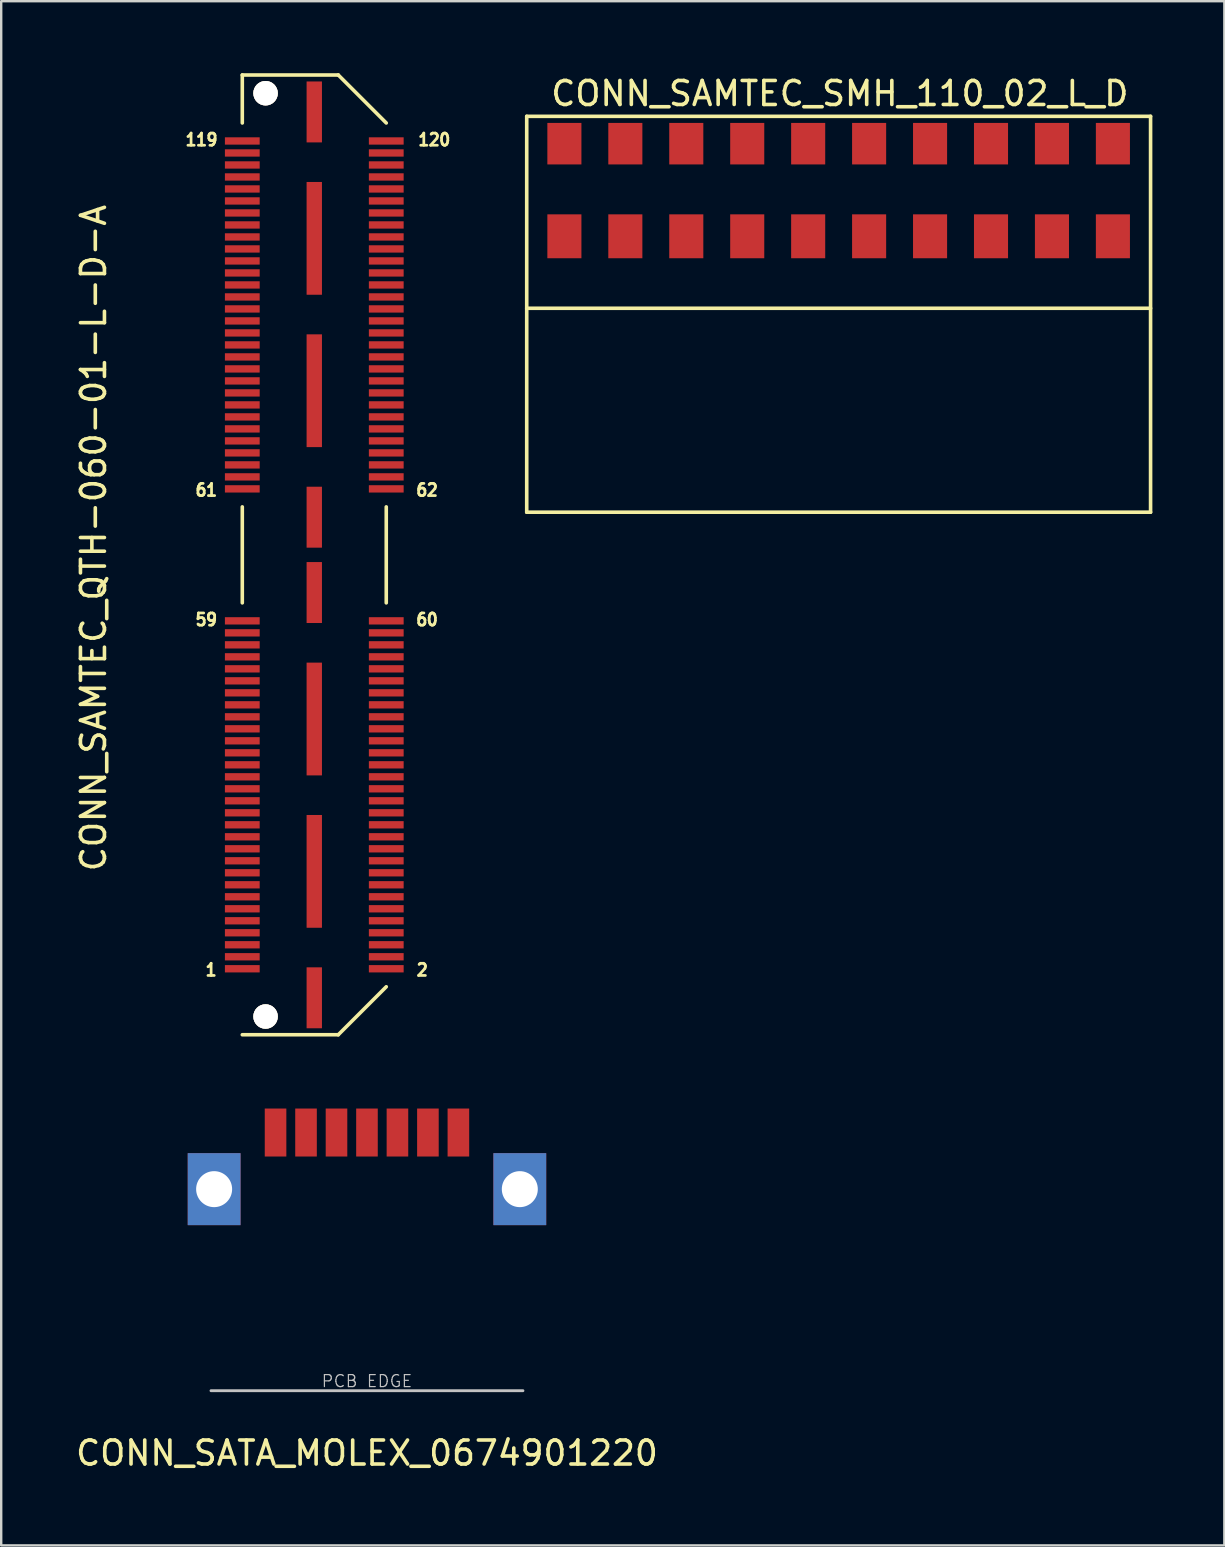
<source format=kicad_pcb>
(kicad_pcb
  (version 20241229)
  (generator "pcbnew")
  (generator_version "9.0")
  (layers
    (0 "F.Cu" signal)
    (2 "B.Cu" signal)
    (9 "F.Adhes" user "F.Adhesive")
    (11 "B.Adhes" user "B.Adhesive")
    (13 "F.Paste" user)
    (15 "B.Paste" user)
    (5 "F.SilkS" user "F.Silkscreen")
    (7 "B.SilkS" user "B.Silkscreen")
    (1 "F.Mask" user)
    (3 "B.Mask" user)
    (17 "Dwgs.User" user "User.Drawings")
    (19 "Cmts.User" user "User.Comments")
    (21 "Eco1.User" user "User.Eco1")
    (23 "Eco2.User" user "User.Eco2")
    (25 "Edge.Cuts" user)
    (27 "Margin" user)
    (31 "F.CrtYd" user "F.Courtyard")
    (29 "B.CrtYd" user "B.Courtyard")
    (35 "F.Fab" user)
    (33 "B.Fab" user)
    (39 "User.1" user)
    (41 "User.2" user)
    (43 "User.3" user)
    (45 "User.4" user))
  (footprint "CONN_SAMTEC_QTH-060-01-L-D-A"
    (layer "F.Cu")
    (at 10.048 20.075)
    (property "Reference" "CONN_SAMTEC_QTH-060-01-L-D-A" (at -9.2 -0.7 270) (layer "F.SilkS") (effects (font (size 1 1) (thickness 0.15))))
    (attr through_hole)
    (fp_line (start -3 -18) (end -3 -20) (stroke (width 0.15) (type solid)) (layer "F.SilkS"))
    (fp_line (start -3 -2) (end -3 2) (stroke (width 0.15) (type solid)) (layer "F.SilkS"))
    (fp_line (start 1 -20) (end -3 -20) (stroke (width 0.15) (type solid)) (layer "F.SilkS"))
    (fp_line (start 1 -20) (end 3 -18) (stroke (width 0.15) (type solid)) (layer "F.SilkS"))
    (fp_line (start 1 20) (end -3 20) (stroke (width 0.15) (type solid)) (layer "F.SilkS"))
    (fp_line (start 3 -2) (end 3 2) (stroke (width 0.15) (type solid)) (layer "F.SilkS"))
    (fp_line (start 3 18) (end 1 20) (stroke (width 0.15) (type solid)) (layer "F.SilkS"))
    (fp_text user "120" (at 5 -17.3 0) (layer "F.SilkS") (effects (font (size 0.508 0.457) (thickness 0.114))))
    (fp_text user "1" (at -4.3 17.3 0) (layer "F.SilkS") (effects (font (size 0.508 0.457) (thickness 0.114))))
    (fp_text user "119" (at -4.7 -17.3 0) (layer "F.SilkS") (effects (font (size 0.508 0.457) (thickness 0.114))))
    (fp_text user "61" (at -4.5 -2.7 0) (layer "F.SilkS") (effects (font (size 0.508 0.457) (thickness 0.114))))
    (fp_text user "60" (at 4.7 2.7 0) (layer "F.SilkS") (effects (font (size 0.508 0.457) (thickness 0.114))))
    (fp_text user "59" (at -4.5 2.7 0) (layer "F.SilkS") (effects (font (size 0.508 0.457) (thickness 0.114))))
    (fp_text user "2" (at 4.5 17.3 0) (layer "F.SilkS") (effects (font (size 0.508 0.457) (thickness 0.114))))
    (fp_text user "62" (at 4.7 -2.7 0) (layer "F.SilkS") (effects (font (size 0.508 0.457) (thickness 0.114))))
    (pad "" thru_hole circle (at -2.03 -19.24) (size 1.02 1.02) (drill 1.02) (layers "*.Cu" "*.Mask" "F.SilkS"))
    (pad "" thru_hole circle (at -2.03 19.24) (size 1.02 1.02) (drill 1.02) (layers "*.Cu" "*.Mask" "F.SilkS"))
    (pad "1" smd rect (at -3 17.25) (size 1.45 0.305) (layers "F.Cu" "F.Mask" "F.Paste"))
    (pad "2" smd rect (at 3 17.25) (size 1.45 0.305) (layers "F.Cu" "F.Mask" "F.Paste"))
    (pad "3" smd rect (at -3 16.75) (size 1.45 0.305) (layers "F.Cu" "F.Mask" "F.Paste"))
    (pad "4" smd rect (at 3 16.75) (size 1.45 0.305) (layers "F.Cu" "F.Mask" "F.Paste"))
    (pad "5" smd rect (at -3 16.25) (size 1.45 0.305) (layers "F.Cu" "F.Mask" "F.Paste"))
    (pad "6" smd rect (at 3 16.25) (size 1.45 0.305) (layers "F.Cu" "F.Mask" "F.Paste"))
    (pad "7" smd rect (at -3 15.75) (size 1.45 0.305) (layers "F.Cu" "F.Mask" "F.Paste"))
    (pad "8" smd rect (at 3 15.75) (size 1.45 0.305) (layers "F.Cu" "F.Mask" "F.Paste"))
    (pad "9" smd rect (at -3 15.25) (size 1.45 0.305) (layers "F.Cu" "F.Mask" "F.Paste"))
    (pad "10" smd rect (at 3 15.25) (size 1.45 0.305) (layers "F.Cu" "F.Mask" "F.Paste"))
    (pad "11" smd rect (at -3 14.75) (size 1.45 0.305) (layers "F.Cu" "F.Mask" "F.Paste"))
    (pad "12" smd rect (at 3 14.75) (size 1.45 0.305) (layers "F.Cu" "F.Mask" "F.Paste"))
    (pad "13" smd rect (at -3 14.25) (size 1.45 0.305) (layers "F.Cu" "F.Mask" "F.Paste"))
    (pad "14" smd rect (at 3 14.25) (size 1.45 0.305) (layers "F.Cu" "F.Mask" "F.Paste"))
    (pad "15" smd rect (at -3 13.75) (size 1.45 0.305) (layers "F.Cu" "F.Mask" "F.Paste"))
    (pad "16" smd rect (at 3 13.75) (size 1.45 0.305) (layers "F.Cu" "F.Mask" "F.Paste"))
    (pad "17" smd rect (at -3 13.25) (size 1.45 0.305) (layers "F.Cu" "F.Mask" "F.Paste"))
    (pad "18" smd rect (at 3 13.25) (size 1.45 0.305) (layers "F.Cu" "F.Mask" "F.Paste"))
    (pad "19" smd rect (at -3 12.75) (size 1.45 0.305) (layers "F.Cu" "F.Mask" "F.Paste"))
    (pad "20" smd rect (at 3 12.75) (size 1.45 0.305) (layers "F.Cu" "F.Mask" "F.Paste"))
    (pad "21" smd rect (at -3 12.25) (size 1.45 0.305) (layers "F.Cu" "F.Mask" "F.Paste"))
    (pad "22" smd rect (at 3 12.25) (size 1.45 0.305) (layers "F.Cu" "F.Mask" "F.Paste"))
    (pad "23" smd rect (at -3 11.75) (size 1.45 0.305) (layers "F.Cu" "F.Mask" "F.Paste"))
    (pad "24" smd rect (at 3 11.75) (size 1.45 0.305) (layers "F.Cu" "F.Mask" "F.Paste"))
    (pad "25" smd rect (at -3 11.25) (size 1.45 0.305) (layers "F.Cu" "F.Mask" "F.Paste"))
    (pad "26" smd rect (at 3 11.25) (size 1.45 0.305) (layers "F.Cu" "F.Mask" "F.Paste"))
    (pad "27" smd rect (at -3 10.75) (size 1.45 0.305) (layers "F.Cu" "F.Mask" "F.Paste"))
    (pad "28" smd rect (at 3 10.75) (size 1.45 0.305) (layers "F.Cu" "F.Mask" "F.Paste"))
    (pad "29" smd rect (at -3 10.25) (size 1.45 0.305) (layers "F.Cu" "F.Mask" "F.Paste"))
    (pad "30" smd rect (at 3 10.25) (size 1.45 0.305) (layers "F.Cu" "F.Mask" "F.Paste"))
    (pad "31" smd rect (at -3 9.75) (size 1.45 0.305) (layers "F.Cu" "F.Mask" "F.Paste"))
    (pad "32" smd rect (at 3 9.75) (size 1.45 0.305) (layers "F.Cu" "F.Mask" "F.Paste"))
    (pad "33" smd rect (at -3 9.25) (size 1.45 0.305) (layers "F.Cu" "F.Mask" "F.Paste"))
    (pad "34" smd rect (at 3 9.25) (size 1.45 0.305) (layers "F.Cu" "F.Mask" "F.Paste"))
    (pad "35" smd rect (at -3 8.75) (size 1.45 0.305) (layers "F.Cu" "F.Mask" "F.Paste"))
    (pad "36" smd rect (at 3 8.75) (size 1.45 0.305) (layers "F.Cu" "F.Mask" "F.Paste"))
    (pad "37" smd rect (at -3 8.25) (size 1.45 0.305) (layers "F.Cu" "F.Mask" "F.Paste"))
    (pad "38" smd rect (at 3 8.25) (size 1.45 0.305) (layers "F.Cu" "F.Mask" "F.Paste"))
    (pad "39" smd rect (at -3 7.75) (size 1.45 0.305) (layers "F.Cu" "F.Mask" "F.Paste"))
    (pad "40" smd rect (at 3 7.75) (size 1.45 0.305) (layers "F.Cu" "F.Mask" "F.Paste"))
    (pad "41" smd rect (at -3 7.25) (size 1.45 0.305) (layers "F.Cu" "F.Mask" "F.Paste"))
    (pad "42" smd rect (at 3 7.25) (size 1.45 0.305) (layers "F.Cu" "F.Mask" "F.Paste"))
    (pad "43" smd rect (at -3 6.75) (size 1.45 0.305) (layers "F.Cu" "F.Mask" "F.Paste"))
    (pad "44" smd rect (at 3 6.75) (size 1.45 0.305) (layers "F.Cu" "F.Mask" "F.Paste"))
    (pad "45" smd rect (at -3 6.25) (size 1.45 0.305) (layers "F.Cu" "F.Mask" "F.Paste"))
    (pad "46" smd rect (at 3 6.25) (size 1.45 0.305) (layers "F.Cu" "F.Mask" "F.Paste"))
    (pad "47" smd rect (at -3 5.75) (size 1.45 0.305) (layers "F.Cu" "F.Mask" "F.Paste"))
    (pad "48" smd rect (at 3 5.75) (size 1.45 0.305) (layers "F.Cu" "F.Mask" "F.Paste"))
    (pad "49" smd rect (at -3 5.25) (size 1.45 0.305) (layers "F.Cu" "F.Mask" "F.Paste"))
    (pad "50" smd rect (at 3 5.25) (size 1.45 0.305) (layers "F.Cu" "F.Mask" "F.Paste"))
    (pad "51" smd rect (at -3 4.75) (size 1.45 0.305) (layers "F.Cu" "F.Mask" "F.Paste"))
    (pad "52" smd rect (at 3 4.75) (size 1.45 0.305) (layers "F.Cu" "F.Mask" "F.Paste"))
    (pad "53" smd rect (at -3 4.25) (size 1.45 0.305) (layers "F.Cu" "F.Mask" "F.Paste"))
    (pad "54" smd rect (at 3 4.25) (size 1.45 0.305) (layers "F.Cu" "F.Mask" "F.Paste"))
    (pad "55" smd rect (at -3 3.75) (size 1.45 0.305) (layers "F.Cu" "F.Mask" "F.Paste"))
    (pad "56" smd rect (at 3 3.75) (size 1.45 0.305) (layers "F.Cu" "F.Mask" "F.Paste"))
    (pad "57" smd rect (at -3 3.25) (size 1.45 0.305) (layers "F.Cu" "F.Mask" "F.Paste"))
    (pad "58" smd rect (at 3 3.25) (size 1.45 0.305) (layers "F.Cu" "F.Mask" "F.Paste"))
    (pad "59" smd rect (at -3 2.75) (size 1.45 0.305) (layers "F.Cu" "F.Mask" "F.Paste"))
    (pad "60" smd rect (at 3 2.75) (size 1.45 0.305) (layers "F.Cu" "F.Mask" "F.Paste"))
    (pad "61" smd rect (at -3 -2.75) (size 1.45 0.305) (layers "F.Cu" "F.Mask" "F.Paste"))
    (pad "62" smd rect (at 3 -2.75) (size 1.45 0.305) (layers "F.Cu" "F.Mask" "F.Paste"))
    (pad "63" smd rect (at -3 -3.25) (size 1.45 0.305) (layers "F.Cu" "F.Mask" "F.Paste"))
    (pad "64" smd rect (at 3 -3.25) (size 1.45 0.305) (layers "F.Cu" "F.Mask" "F.Paste"))
    (pad "65" smd rect (at -3 -3.75) (size 1.45 0.305) (layers "F.Cu" "F.Mask" "F.Paste"))
    (pad "66" smd rect (at 3 -3.75) (size 1.45 0.305) (layers "F.Cu" "F.Mask" "F.Paste"))
    (pad "67" smd rect (at -3 -4.25) (size 1.45 0.305) (layers "F.Cu" "F.Mask" "F.Paste"))
    (pad "68" smd rect (at 3 -4.25) (size 1.45 0.305) (layers "F.Cu" "F.Mask" "F.Paste"))
    (pad "69" smd rect (at -3 -4.75) (size 1.45 0.305) (layers "F.Cu" "F.Mask" "F.Paste"))
    (pad "70" smd rect (at 3 -4.75) (size 1.45 0.305) (layers "F.Cu" "F.Mask" "F.Paste"))
    (pad "71" smd rect (at -3 -5.25) (size 1.45 0.305) (layers "F.Cu" "F.Mask" "F.Paste"))
    (pad "72" smd rect (at 3 -5.25) (size 1.45 0.305) (layers "F.Cu" "F.Mask" "F.Paste"))
    (pad "73" smd rect (at -3 -5.75) (size 1.45 0.305) (layers "F.Cu" "F.Mask" "F.Paste"))
    (pad "74" smd rect (at 3 -5.75) (size 1.45 0.305) (layers "F.Cu" "F.Mask" "F.Paste"))
    (pad "75" smd rect (at -3 -6.25) (size 1.45 0.305) (layers "F.Cu" "F.Mask" "F.Paste"))
    (pad "76" smd rect (at 3 -6.25) (size 1.45 0.305) (layers "F.Cu" "F.Mask" "F.Paste"))
    (pad "77" smd rect (at -3 -6.75) (size 1.45 0.305) (layers "F.Cu" "F.Mask" "F.Paste"))
    (pad "78" smd rect (at 3 -6.75) (size 1.45 0.305) (layers "F.Cu" "F.Mask" "F.Paste"))
    (pad "79" smd rect (at -3 -7.25) (size 1.45 0.305) (layers "F.Cu" "F.Mask" "F.Paste"))
    (pad "80" smd rect (at 3 -7.25) (size 1.45 0.305) (layers "F.Cu" "F.Mask" "F.Paste"))
    (pad "81" smd rect (at -3 -7.75) (size 1.45 0.305) (layers "F.Cu" "F.Mask" "F.Paste"))
    (pad "82" smd rect (at 3 -7.75) (size 1.45 0.305) (layers "F.Cu" "F.Mask" "F.Paste"))
    (pad "83" smd rect (at -3 -8.25) (size 1.45 0.305) (layers "F.Cu" "F.Mask" "F.Paste"))
    (pad "84" smd rect (at 3 -8.25) (size 1.45 0.305) (layers "F.Cu" "F.Mask" "F.Paste"))
    (pad "85" smd rect (at -3 -8.75) (size 1.45 0.305) (layers "F.Cu" "F.Mask" "F.Paste"))
    (pad "86" smd rect (at 3 -8.75) (size 1.45 0.305) (layers "F.Cu" "F.Mask" "F.Paste"))
    (pad "87" smd rect (at -3 -9.25) (size 1.45 0.305) (layers "F.Cu" "F.Mask" "F.Paste"))
    (pad "88" smd rect (at 3 -9.25) (size 1.45 0.305) (layers "F.Cu" "F.Mask" "F.Paste"))
    (pad "89" smd rect (at -3 -9.75) (size 1.45 0.305) (layers "F.Cu" "F.Mask" "F.Paste"))
    (pad "90" smd rect (at 3 -9.75) (size 1.45 0.305) (layers "F.Cu" "F.Mask" "F.Paste"))
    (pad "91" smd rect (at -3 -10.25) (size 1.45 0.305) (layers "F.Cu" "F.Mask" "F.Paste"))
    (pad "92" smd rect (at 3 -10.25) (size 1.45 0.305) (layers "F.Cu" "F.Mask" "F.Paste"))
    (pad "93" smd rect (at -3 -10.75) (size 1.45 0.305) (layers "F.Cu" "F.Mask" "F.Paste"))
    (pad "94" smd rect (at 3 -10.75) (size 1.45 0.305) (layers "F.Cu" "F.Mask" "F.Paste"))
    (pad "95" smd rect (at -3 -11.25) (size 1.45 0.305) (layers "F.Cu" "F.Mask" "F.Paste"))
    (pad "96" smd rect (at 3 -11.25) (size 1.45 0.305) (layers "F.Cu" "F.Mask" "F.Paste"))
    (pad "97" smd rect (at -3 -11.75) (size 1.45 0.305) (layers "F.Cu" "F.Mask" "F.Paste"))
    (pad "98" smd rect (at 3 -11.75) (size 1.45 0.305) (layers "F.Cu" "F.Mask" "F.Paste"))
    (pad "99" smd rect (at -3 -12.25) (size 1.45 0.305) (layers "F.Cu" "F.Mask" "F.Paste"))
    (pad "100" smd rect (at 3 -12.25) (size 1.45 0.305) (layers "F.Cu" "F.Mask" "F.Paste"))
    (pad "101" smd rect (at -3 -12.75) (size 1.45 0.305) (layers "F.Cu" "F.Mask" "F.Paste"))
    (pad "102" smd rect (at 3 -12.75) (size 1.45 0.305) (layers "F.Cu" "F.Mask" "F.Paste"))
    (pad "103" smd rect (at -3 -13.25) (size 1.45 0.305) (layers "F.Cu" "F.Mask" "F.Paste"))
    (pad "104" smd rect (at 3 -13.25) (size 1.45 0.305) (layers "F.Cu" "F.Mask" "F.Paste"))
    (pad "105" smd rect (at -3 -13.75) (size 1.45 0.305) (layers "F.Cu" "F.Mask" "F.Paste"))
    (pad "106" smd rect (at 3 -13.75) (size 1.45 0.305) (layers "F.Cu" "F.Mask" "F.Paste"))
    (pad "107" smd rect (at -3 -14.25) (size 1.45 0.305) (layers "F.Cu" "F.Mask" "F.Paste"))
    (pad "108" smd rect (at 3 -14.25) (size 1.45 0.305) (layers "F.Cu" "F.Mask" "F.Paste"))
    (pad "109" smd rect (at -3 -14.75) (size 1.45 0.305) (layers "F.Cu" "F.Mask" "F.Paste"))
    (pad "110" smd rect (at 3 -14.75) (size 1.45 0.305) (layers "F.Cu" "F.Mask" "F.Paste"))
    (pad "111" smd rect (at -3 -15.25) (size 1.45 0.305) (layers "F.Cu" "F.Mask" "F.Paste"))
    (pad "112" smd rect (at 3 -15.25) (size 1.45 0.305) (layers "F.Cu" "F.Mask" "F.Paste"))
    (pad "113" smd rect (at -3 -15.75) (size 1.45 0.305) (layers "F.Cu" "F.Mask" "F.Paste"))
    (pad "114" smd rect (at 3 -15.75) (size 1.45 0.305) (layers "F.Cu" "F.Mask" "F.Paste"))
    (pad "115" smd rect (at -3 -16.25) (size 1.45 0.305) (layers "F.Cu" "F.Mask" "F.Paste"))
    (pad "116" smd rect (at 3 -16.25) (size 1.45 0.305) (layers "F.Cu" "F.Mask" "F.Paste"))
    (pad "117" smd rect (at -3 -16.75) (size 1.45 0.305) (layers "F.Cu" "F.Mask" "F.Paste"))
    (pad "118" smd rect (at 3 -16.75) (size 1.45 0.305) (layers "F.Cu" "F.Mask" "F.Paste"))
    (pad "119" smd rect (at -3 -17.25) (size 1.45 0.305) (layers "F.Cu" "F.Mask" "F.Paste"))
    (pad "120" smd rect (at 3 -17.25) (size 1.45 0.305) (layers "F.Cu" "F.Mask" "F.Paste"))
    (pad "121" smd rect (at 0 18.46) (size 0.64 2.54) (layers "F.Cu" "F.Mask" "F.Paste"))
    (pad "122" smd rect (at 0 13.191) (size 0.64 4.7) (layers "F.Cu" "F.Mask" "F.Paste"))
    (pad "123" smd rect (at 0 6.841) (size 0.64 4.7) (layers "F.Cu" "F.Mask" "F.Paste"))
    (pad "124" smd rect (at 0 1.57) (size 0.64 2.54) (layers "F.Cu" "F.Mask" "F.Paste"))
    (pad "125" smd rect (at 0 -1.57) (size 0.64 2.54) (layers "F.Cu" "F.Mask" "F.Paste"))
    (pad "126" smd rect (at 0 -6.841) (size 0.64 4.7) (layers "F.Cu" "F.Mask" "F.Paste"))
    (pad "127" smd rect (at 0 -13.191) (size 0.64 4.7) (layers "F.Cu" "F.Mask" "F.Paste"))
    (pad "128" smd rect (at 0 -18.46) (size 0.64 2.54) (layers "F.Cu" "F.Mask" "F.Paste")))
  (footprint "CONN_SAMTEC_SMH_110_02_L_D"
    (layer "F.Cu")
    (at 31.902 6.798)
    (property "Reference" "CONN_SAMTEC_SMH_110_02_L_D" (at 0.05 -5.95 0) (layer "F.SilkS") (effects (font (size 1 1) (thickness 0.15))))
    (attr through_hole)
    (fp_line (start -13 -5) (end -13 11.5) (stroke (width 0.15) (type solid)) (layer "F.SilkS"))
    (fp_line (start -13 3) (end 13 3) (stroke (width 0.15) (type solid)) (layer "F.SilkS"))
    (fp_line (start -13 11.5) (end 13 11.5) (stroke (width 0.15) (type solid)) (layer "F.SilkS"))
    (fp_line (start 13 -5) (end -13 -5) (stroke (width 0.15) (type solid)) (layer "F.SilkS"))
    (fp_line (start 13 11.5) (end 13 -5) (stroke (width 0.15) (type solid)) (layer "F.SilkS"))
    (pad "1" smd rect (at -11.43 -3.86) (size 1.42 1.73) (layers "F.Cu" "F.Mask" "F.Paste"))
    (pad "2" smd rect (at -11.43 0) (size 1.42 1.83) (layers "F.Cu" "F.Mask" "F.Paste"))
    (pad "3" smd rect (at -8.89 -3.86) (size 1.42 1.73) (layers "F.Cu" "F.Mask" "F.Paste"))
    (pad "4" smd rect (at -8.89 0) (size 1.42 1.83) (layers "F.Cu" "F.Mask" "F.Paste"))
    (pad "5" smd rect (at -6.35 -3.86) (size 1.42 1.73) (layers "F.Cu" "F.Mask" "F.Paste"))
    (pad "6" smd rect (at -6.35 0) (size 1.42 1.83) (layers "F.Cu" "F.Mask" "F.Paste"))
    (pad "7" smd rect (at -3.81 -3.86) (size 1.42 1.73) (layers "F.Cu" "F.Mask" "F.Paste"))
    (pad "8" smd rect (at -3.81 0) (size 1.42 1.83) (layers "F.Cu" "F.Mask" "F.Paste"))
    (pad "9" smd rect (at -1.27 -3.86) (size 1.42 1.73) (layers "F.Cu" "F.Mask" "F.Paste"))
    (pad "10" smd rect (at -1.27 0) (size 1.42 1.83) (layers "F.Cu" "F.Mask" "F.Paste"))
    (pad "11" smd rect (at 1.27 -3.86) (size 1.42 1.73) (layers "F.Cu" "F.Mask" "F.Paste"))
    (pad "12" smd rect (at 1.27 0) (size 1.42 1.83) (layers "F.Cu" "F.Mask" "F.Paste"))
    (pad "13" smd rect (at 3.81 -3.86) (size 1.42 1.73) (layers "F.Cu" "F.Mask" "F.Paste"))
    (pad "14" smd rect (at 3.81 0) (size 1.42 1.83) (layers "F.Cu" "F.Mask" "F.Paste"))
    (pad "15" smd rect (at 6.35 -3.86) (size 1.42 1.73) (layers "F.Cu" "F.Mask" "F.Paste"))
    (pad "16" smd rect (at 6.35 0) (size 1.42 1.83) (layers "F.Cu" "F.Mask" "F.Paste"))
    (pad "17" smd rect (at 8.89 -3.86) (size 1.42 1.73) (layers "F.Cu" "F.Mask" "F.Paste"))
    (pad "18" smd rect (at 8.89 0) (size 1.42 1.83) (layers "F.Cu" "F.Mask" "F.Paste"))
    (pad "19" smd rect (at 11.43 -3.86) (size 1.42 1.73) (layers "F.Cu" "F.Mask" "F.Paste"))
    (pad "20" smd rect (at 11.43 0) (size 1.42 1.83) (layers "F.Cu" "F.Mask" "F.Paste")))
  (footprint "CONN_SATA_MOLEX_0674901220"
    (layer "F.Cu")
    (at 12.244 46.51)
    (property "Reference" "CONN_SATA_MOLEX_0674901220" (at 0 11 0) (layer "F.SilkS") (effects (font (size 1 1) (thickness 0.15))))
    (attr through_hole)
    (fp_line (start -6.5 8.4) (end 6.5 8.4) (stroke (width 0.12) (type solid)) (layer "Dwgs.User"))
    (fp_text user "PCB EDGE" (at 0 8 0) (layer "Dwgs.User") (effects (font (size 0.5 0.5) (thickness 0.05))))
    (pad "1" smd rect (at 3.81 -2.36) (size 0.9 2) (layers "F.Cu" "F.Mask" "F.Paste"))
    (pad "2" smd rect (at 2.54 -2.36) (size 0.9 2) (layers "F.Cu" "F.Mask" "F.Paste"))
    (pad "3" smd rect (at 1.27 -2.36) (size 0.9 2) (layers "F.Cu" "F.Mask" "F.Paste"))
    (pad "4" smd rect (at 0 -2.36) (size 0.9 2) (layers "F.Cu" "F.Mask" "F.Paste"))
    (pad "5" smd rect (at -1.27 -2.36) (size 0.9 2) (layers "F.Cu" "F.Mask" "F.Paste"))
    (pad "6" smd rect (at -2.54 -2.36) (size 0.9 2) (layers "F.Cu" "F.Mask" "F.Paste"))
    (pad "7" smd rect (at -3.81 -2.36) (size 0.9 2) (layers "F.Cu" "F.Mask" "F.Paste"))
    (pad "~" thru_hole rect (at -6.37 0) (size 2.2 3) (drill 1.5) (layers "*.Cu" "*.Mask"))
    (pad "~" thru_hole rect (at 6.37 0) (size 2.2 3) (drill 1.5) (layers "*.Cu" "*.Mask")))
  (gr_rect
    (start -3 -3)
    (end 47.977 61.358)
    (stroke (width 0.1) (type default))
    (fill no)
    (layer "Edge.Cuts")))
</source>
